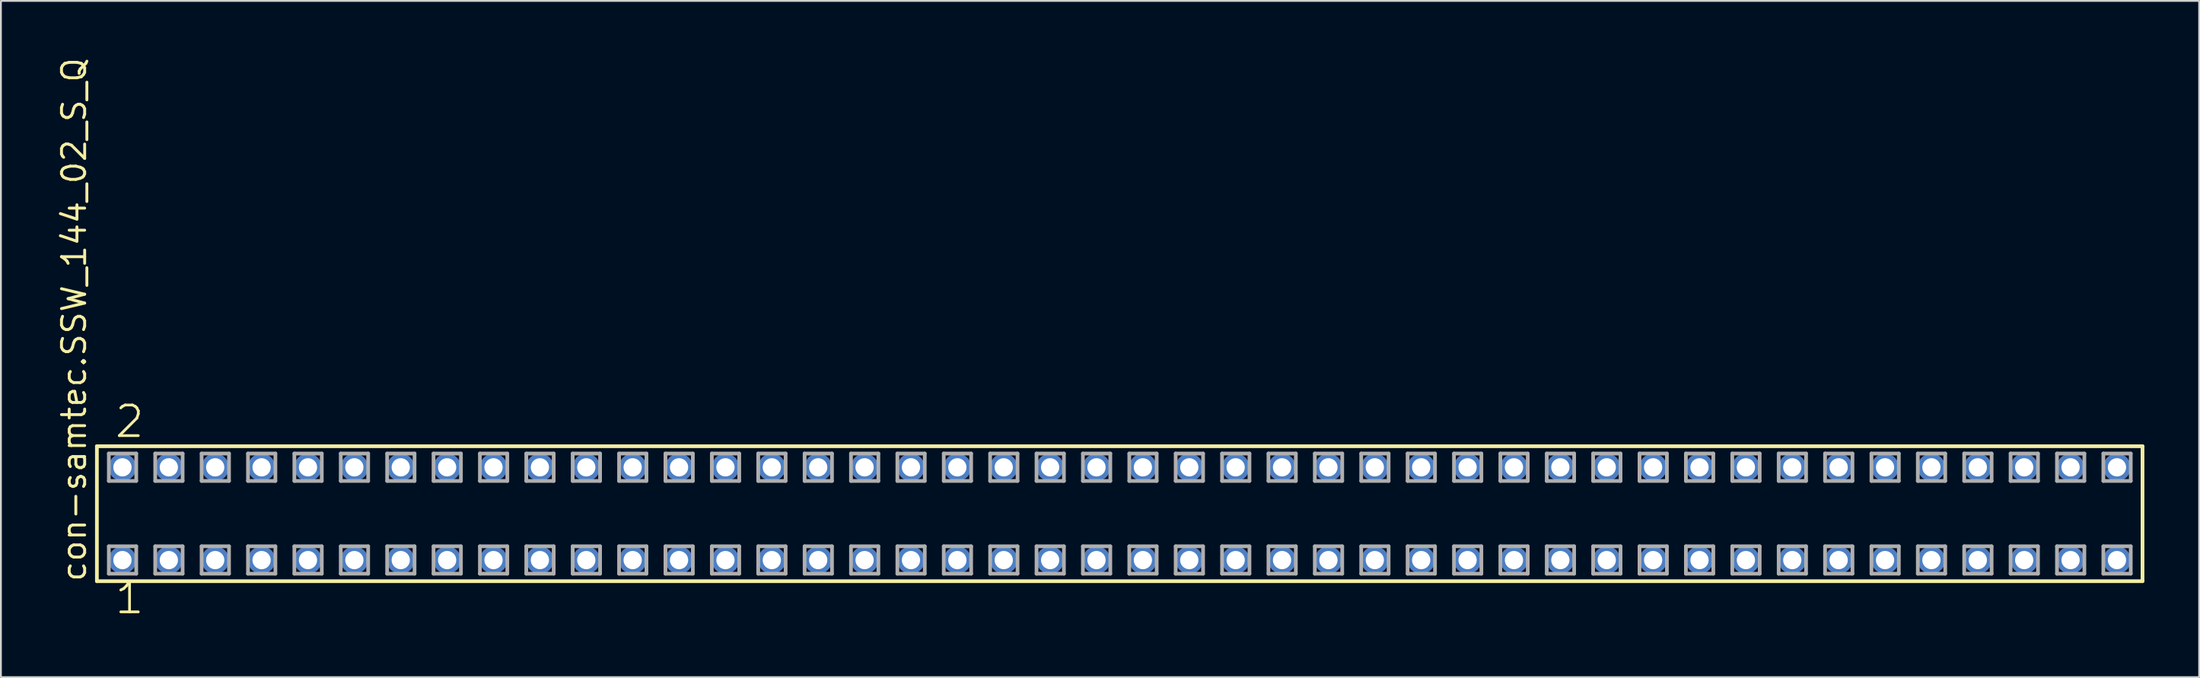
<source format=kicad_pcb>
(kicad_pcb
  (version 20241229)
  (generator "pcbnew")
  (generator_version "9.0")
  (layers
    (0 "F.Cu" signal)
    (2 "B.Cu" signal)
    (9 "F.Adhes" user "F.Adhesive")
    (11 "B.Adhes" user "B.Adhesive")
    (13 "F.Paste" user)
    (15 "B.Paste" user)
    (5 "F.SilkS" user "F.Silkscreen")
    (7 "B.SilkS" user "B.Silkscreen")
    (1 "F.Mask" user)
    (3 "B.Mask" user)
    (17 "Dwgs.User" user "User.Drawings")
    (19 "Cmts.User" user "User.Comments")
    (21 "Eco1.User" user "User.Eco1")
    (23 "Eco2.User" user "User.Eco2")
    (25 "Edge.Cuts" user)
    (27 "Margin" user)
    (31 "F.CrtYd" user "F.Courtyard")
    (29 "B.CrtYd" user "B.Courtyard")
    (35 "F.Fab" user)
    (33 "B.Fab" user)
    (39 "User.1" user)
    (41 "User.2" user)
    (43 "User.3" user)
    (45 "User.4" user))
  (footprint "con-samtec.SSW_144_02_S_Q"
    (layer "F.Cu")
    (at 58.265 25.082)
    (property "Reference" "con-samtec.SSW_144_02_S_Q" (at -56.515 3.81 90) (layer "F.SilkS") (effects (font (size 1.27 1.27) (thickness 0.16)) (justify left bottom)))
    (attr through_hole)
    (fp_line (start -56.009 -3.695) (end 56.009 -3.695) (stroke (width 0.203) (type default)) (layer "F.SilkS"))
    (fp_line (start -56.009 3.695) (end -56.009 -3.695) (stroke (width 0.203) (type default)) (layer "F.SilkS"))
    (fp_line (start 56.009 -3.695) (end 56.009 3.695) (stroke (width 0.203) (type default)) (layer "F.SilkS"))
    (fp_line (start 56.009 3.695) (end -56.009 3.695) (stroke (width 0.203) (type default)) (layer "F.SilkS"))
    (fp_line (start -55.355 -3.295) (end -53.855 -3.295) (stroke (width 0.203) (type default)) (layer "F.Fab"))
    (fp_line (start -55.355 -1.795) (end -55.355 -3.295) (stroke (width 0.203) (type default)) (layer "F.Fab"))
    (fp_line (start -55.355 1.785) (end -53.855 1.785) (stroke (width 0.203) (type default)) (layer "F.Fab"))
    (fp_line (start -55.355 3.285) (end -55.355 1.785) (stroke (width 0.203) (type default)) (layer "F.Fab"))
    (fp_line (start -53.855 -3.295) (end -53.855 -1.795) (stroke (width 0.203) (type default)) (layer "F.Fab"))
    (fp_line (start -53.855 -1.795) (end -55.355 -1.795) (stroke (width 0.203) (type default)) (layer "F.Fab"))
    (fp_line (start -53.855 1.785) (end -53.855 3.285) (stroke (width 0.203) (type default)) (layer "F.Fab"))
    (fp_line (start -53.855 3.285) (end -55.355 3.285) (stroke (width 0.203) (type default)) (layer "F.Fab"))
    (fp_line (start -52.815 -3.295) (end -51.315 -3.295) (stroke (width 0.203) (type default)) (layer "F.Fab"))
    (fp_line (start -52.815 -1.795) (end -52.815 -3.295) (stroke (width 0.203) (type default)) (layer "F.Fab"))
    (fp_line (start -52.815 1.785) (end -51.315 1.785) (stroke (width 0.203) (type default)) (layer "F.Fab"))
    (fp_line (start -52.815 3.285) (end -52.815 1.785) (stroke (width 0.203) (type default)) (layer "F.Fab"))
    (fp_line (start -51.315 -3.295) (end -51.315 -1.795) (stroke (width 0.203) (type default)) (layer "F.Fab"))
    (fp_line (start -51.315 -1.795) (end -52.815 -1.795) (stroke (width 0.203) (type default)) (layer "F.Fab"))
    (fp_line (start -51.315 1.785) (end -51.315 3.285) (stroke (width 0.203) (type default)) (layer "F.Fab"))
    (fp_line (start -51.315 3.285) (end -52.815 3.285) (stroke (width 0.203) (type default)) (layer "F.Fab"))
    (fp_line (start -50.275 -3.295) (end -48.775 -3.295) (stroke (width 0.203) (type default)) (layer "F.Fab"))
    (fp_line (start -50.275 -1.795) (end -50.275 -3.295) (stroke (width 0.203) (type default)) (layer "F.Fab"))
    (fp_line (start -50.275 1.785) (end -48.775 1.785) (stroke (width 0.203) (type default)) (layer "F.Fab"))
    (fp_line (start -50.275 3.285) (end -50.275 1.785) (stroke (width 0.203) (type default)) (layer "F.Fab"))
    (fp_line (start -48.775 -3.295) (end -48.775 -1.795) (stroke (width 0.203) (type default)) (layer "F.Fab"))
    (fp_line (start -48.775 -1.795) (end -50.275 -1.795) (stroke (width 0.203) (type default)) (layer "F.Fab"))
    (fp_line (start -48.775 1.785) (end -48.775 3.285) (stroke (width 0.203) (type default)) (layer "F.Fab"))
    (fp_line (start -48.775 3.285) (end -50.275 3.285) (stroke (width 0.203) (type default)) (layer "F.Fab"))
    (fp_line (start -47.735 -3.295) (end -46.235 -3.295) (stroke (width 0.203) (type default)) (layer "F.Fab"))
    (fp_line (start -47.735 -1.795) (end -47.735 -3.295) (stroke (width 0.203) (type default)) (layer "F.Fab"))
    (fp_line (start -47.735 1.785) (end -46.235 1.785) (stroke (width 0.203) (type default)) (layer "F.Fab"))
    (fp_line (start -47.735 3.285) (end -47.735 1.785) (stroke (width 0.203) (type default)) (layer "F.Fab"))
    (fp_line (start -46.235 -3.295) (end -46.235 -1.795) (stroke (width 0.203) (type default)) (layer "F.Fab"))
    (fp_line (start -46.235 -1.795) (end -47.735 -1.795) (stroke (width 0.203) (type default)) (layer "F.Fab"))
    (fp_line (start -46.235 1.785) (end -46.235 3.285) (stroke (width 0.203) (type default)) (layer "F.Fab"))
    (fp_line (start -46.235 3.285) (end -47.735 3.285) (stroke (width 0.203) (type default)) (layer "F.Fab"))
    (fp_line (start -45.195 -3.295) (end -43.695 -3.295) (stroke (width 0.203) (type default)) (layer "F.Fab"))
    (fp_line (start -45.195 -1.795) (end -45.195 -3.295) (stroke (width 0.203) (type default)) (layer "F.Fab"))
    (fp_line (start -45.195 1.785) (end -43.695 1.785) (stroke (width 0.203) (type default)) (layer "F.Fab"))
    (fp_line (start -45.195 3.285) (end -45.195 1.785) (stroke (width 0.203) (type default)) (layer "F.Fab"))
    (fp_line (start -43.695 -3.295) (end -43.695 -1.795) (stroke (width 0.203) (type default)) (layer "F.Fab"))
    (fp_line (start -43.695 -1.795) (end -45.195 -1.795) (stroke (width 0.203) (type default)) (layer "F.Fab"))
    (fp_line (start -43.695 1.785) (end -43.695 3.285) (stroke (width 0.203) (type default)) (layer "F.Fab"))
    (fp_line (start -43.695 3.285) (end -45.195 3.285) (stroke (width 0.203) (type default)) (layer "F.Fab"))
    (fp_line (start -42.655 -3.295) (end -41.155 -3.295) (stroke (width 0.203) (type default)) (layer "F.Fab"))
    (fp_line (start -42.655 -1.795) (end -42.655 -3.295) (stroke (width 0.203) (type default)) (layer "F.Fab"))
    (fp_line (start -42.655 1.785) (end -41.155 1.785) (stroke (width 0.203) (type default)) (layer "F.Fab"))
    (fp_line (start -42.655 3.285) (end -42.655 1.785) (stroke (width 0.203) (type default)) (layer "F.Fab"))
    (fp_line (start -41.155 -3.295) (end -41.155 -1.795) (stroke (width 0.203) (type default)) (layer "F.Fab"))
    (fp_line (start -41.155 -1.795) (end -42.655 -1.795) (stroke (width 0.203) (type default)) (layer "F.Fab"))
    (fp_line (start -41.155 1.785) (end -41.155 3.285) (stroke (width 0.203) (type default)) (layer "F.Fab"))
    (fp_line (start -41.155 3.285) (end -42.655 3.285) (stroke (width 0.203) (type default)) (layer "F.Fab"))
    (fp_line (start -40.115 -3.295) (end -38.615 -3.295) (stroke (width 0.203) (type default)) (layer "F.Fab"))
    (fp_line (start -40.115 -1.795) (end -40.115 -3.295) (stroke (width 0.203) (type default)) (layer "F.Fab"))
    (fp_line (start -40.115 1.785) (end -38.615 1.785) (stroke (width 0.203) (type default)) (layer "F.Fab"))
    (fp_line (start -40.115 3.285) (end -40.115 1.785) (stroke (width 0.203) (type default)) (layer "F.Fab"))
    (fp_line (start -38.615 -3.295) (end -38.615 -1.795) (stroke (width 0.203) (type default)) (layer "F.Fab"))
    (fp_line (start -38.615 -1.795) (end -40.115 -1.795) (stroke (width 0.203) (type default)) (layer "F.Fab"))
    (fp_line (start -38.615 1.785) (end -38.615 3.285) (stroke (width 0.203) (type default)) (layer "F.Fab"))
    (fp_line (start -38.615 3.285) (end -40.115 3.285) (stroke (width 0.203) (type default)) (layer "F.Fab"))
    (fp_line (start -37.575 -3.295) (end -36.075 -3.295) (stroke (width 0.203) (type default)) (layer "F.Fab"))
    (fp_line (start -37.575 -1.795) (end -37.575 -3.295) (stroke (width 0.203) (type default)) (layer "F.Fab"))
    (fp_line (start -37.575 1.785) (end -36.075 1.785) (stroke (width 0.203) (type default)) (layer "F.Fab"))
    (fp_line (start -37.575 3.285) (end -37.575 1.785) (stroke (width 0.203) (type default)) (layer "F.Fab"))
    (fp_line (start -36.075 -3.295) (end -36.075 -1.795) (stroke (width 0.203) (type default)) (layer "F.Fab"))
    (fp_line (start -36.075 -1.795) (end -37.575 -1.795) (stroke (width 0.203) (type default)) (layer "F.Fab"))
    (fp_line (start -36.075 1.785) (end -36.075 3.285) (stroke (width 0.203) (type default)) (layer "F.Fab"))
    (fp_line (start -36.075 3.285) (end -37.575 3.285) (stroke (width 0.203) (type default)) (layer "F.Fab"))
    (fp_line (start -35.035 -3.295) (end -33.535 -3.295) (stroke (width 0.203) (type default)) (layer "F.Fab"))
    (fp_line (start -35.035 -1.795) (end -35.035 -3.295) (stroke (width 0.203) (type default)) (layer "F.Fab"))
    (fp_line (start -35.035 1.785) (end -33.535 1.785) (stroke (width 0.203) (type default)) (layer "F.Fab"))
    (fp_line (start -35.035 3.285) (end -35.035 1.785) (stroke (width 0.203) (type default)) (layer "F.Fab"))
    (fp_line (start -33.535 -3.295) (end -33.535 -1.795) (stroke (width 0.203) (type default)) (layer "F.Fab"))
    (fp_line (start -33.535 -1.795) (end -35.035 -1.795) (stroke (width 0.203) (type default)) (layer "F.Fab"))
    (fp_line (start -33.535 1.785) (end -33.535 3.285) (stroke (width 0.203) (type default)) (layer "F.Fab"))
    (fp_line (start -33.535 3.285) (end -35.035 3.285) (stroke (width 0.203) (type default)) (layer "F.Fab"))
    (fp_line (start -32.495 -3.295) (end -30.995 -3.295) (stroke (width 0.203) (type default)) (layer "F.Fab"))
    (fp_line (start -32.495 -1.795) (end -32.495 -3.295) (stroke (width 0.203) (type default)) (layer "F.Fab"))
    (fp_line (start -32.495 1.785) (end -30.995 1.785) (stroke (width 0.203) (type default)) (layer "F.Fab"))
    (fp_line (start -32.495 3.285) (end -32.495 1.785) (stroke (width 0.203) (type default)) (layer "F.Fab"))
    (fp_line (start -30.995 -3.295) (end -30.995 -1.795) (stroke (width 0.203) (type default)) (layer "F.Fab"))
    (fp_line (start -30.995 -1.795) (end -32.495 -1.795) (stroke (width 0.203) (type default)) (layer "F.Fab"))
    (fp_line (start -30.995 1.785) (end -30.995 3.285) (stroke (width 0.203) (type default)) (layer "F.Fab"))
    (fp_line (start -30.995 3.285) (end -32.495 3.285) (stroke (width 0.203) (type default)) (layer "F.Fab"))
    (fp_line (start -29.955 -3.295) (end -28.455 -3.295) (stroke (width 0.203) (type default)) (layer "F.Fab"))
    (fp_line (start -29.955 -1.795) (end -29.955 -3.295) (stroke (width 0.203) (type default)) (layer "F.Fab"))
    (fp_line (start -29.955 1.785) (end -28.455 1.785) (stroke (width 0.203) (type default)) (layer "F.Fab"))
    (fp_line (start -29.955 3.285) (end -29.955 1.785) (stroke (width 0.203) (type default)) (layer "F.Fab"))
    (fp_line (start -28.455 -3.295) (end -28.455 -1.795) (stroke (width 0.203) (type default)) (layer "F.Fab"))
    (fp_line (start -28.455 -1.795) (end -29.955 -1.795) (stroke (width 0.203) (type default)) (layer "F.Fab"))
    (fp_line (start -28.455 1.785) (end -28.455 3.285) (stroke (width 0.203) (type default)) (layer "F.Fab"))
    (fp_line (start -28.455 3.285) (end -29.955 3.285) (stroke (width 0.203) (type default)) (layer "F.Fab"))
    (fp_line (start -27.415 -3.295) (end -25.915 -3.295) (stroke (width 0.203) (type default)) (layer "F.Fab"))
    (fp_line (start -27.415 -1.795) (end -27.415 -3.295) (stroke (width 0.203) (type default)) (layer "F.Fab"))
    (fp_line (start -27.415 1.785) (end -25.915 1.785) (stroke (width 0.203) (type default)) (layer "F.Fab"))
    (fp_line (start -27.415 3.285) (end -27.415 1.785) (stroke (width 0.203) (type default)) (layer "F.Fab"))
    (fp_line (start -25.915 -3.295) (end -25.915 -1.795) (stroke (width 0.203) (type default)) (layer "F.Fab"))
    (fp_line (start -25.915 -1.795) (end -27.415 -1.795) (stroke (width 0.203) (type default)) (layer "F.Fab"))
    (fp_line (start -25.915 1.785) (end -25.915 3.285) (stroke (width 0.203) (type default)) (layer "F.Fab"))
    (fp_line (start -25.915 3.285) (end -27.415 3.285) (stroke (width 0.203) (type default)) (layer "F.Fab"))
    (fp_line (start -24.875 -3.295) (end -23.375 -3.295) (stroke (width 0.203) (type default)) (layer "F.Fab"))
    (fp_line (start -24.875 -1.795) (end -24.875 -3.295) (stroke (width 0.203) (type default)) (layer "F.Fab"))
    (fp_line (start -24.875 1.785) (end -23.375 1.785) (stroke (width 0.203) (type default)) (layer "F.Fab"))
    (fp_line (start -24.875 3.285) (end -24.875 1.785) (stroke (width 0.203) (type default)) (layer "F.Fab"))
    (fp_line (start -23.375 -3.295) (end -23.375 -1.795) (stroke (width 0.203) (type default)) (layer "F.Fab"))
    (fp_line (start -23.375 -1.795) (end -24.875 -1.795) (stroke (width 0.203) (type default)) (layer "F.Fab"))
    (fp_line (start -23.375 1.785) (end -23.375 3.285) (stroke (width 0.203) (type default)) (layer "F.Fab"))
    (fp_line (start -23.375 3.285) (end -24.875 3.285) (stroke (width 0.203) (type default)) (layer "F.Fab"))
    (fp_line (start -22.335 -3.295) (end -20.835 -3.295) (stroke (width 0.203) (type default)) (layer "F.Fab"))
    (fp_line (start -22.335 -1.795) (end -22.335 -3.295) (stroke (width 0.203) (type default)) (layer "F.Fab"))
    (fp_line (start -22.335 1.785) (end -20.835 1.785) (stroke (width 0.203) (type default)) (layer "F.Fab"))
    (fp_line (start -22.335 3.285) (end -22.335 1.785) (stroke (width 0.203) (type default)) (layer "F.Fab"))
    (fp_line (start -20.835 -3.295) (end -20.835 -1.795) (stroke (width 0.203) (type default)) (layer "F.Fab"))
    (fp_line (start -20.835 -1.795) (end -22.335 -1.795) (stroke (width 0.203) (type default)) (layer "F.Fab"))
    (fp_line (start -20.835 1.785) (end -20.835 3.285) (stroke (width 0.203) (type default)) (layer "F.Fab"))
    (fp_line (start -20.835 3.285) (end -22.335 3.285) (stroke (width 0.203) (type default)) (layer "F.Fab"))
    (fp_line (start -19.795 -3.295) (end -18.295 -3.295) (stroke (width 0.203) (type default)) (layer "F.Fab"))
    (fp_line (start -19.795 -1.795) (end -19.795 -3.295) (stroke (width 0.203) (type default)) (layer "F.Fab"))
    (fp_line (start -19.795 1.785) (end -18.295 1.785) (stroke (width 0.203) (type default)) (layer "F.Fab"))
    (fp_line (start -19.795 3.285) (end -19.795 1.785) (stroke (width 0.203) (type default)) (layer "F.Fab"))
    (fp_line (start -18.295 -3.295) (end -18.295 -1.795) (stroke (width 0.203) (type default)) (layer "F.Fab"))
    (fp_line (start -18.295 -1.795) (end -19.795 -1.795) (stroke (width 0.203) (type default)) (layer "F.Fab"))
    (fp_line (start -18.295 1.785) (end -18.295 3.285) (stroke (width 0.203) (type default)) (layer "F.Fab"))
    (fp_line (start -18.295 3.285) (end -19.795 3.285) (stroke (width 0.203) (type default)) (layer "F.Fab"))
    (fp_line (start -17.255 -3.295) (end -15.755 -3.295) (stroke (width 0.203) (type default)) (layer "F.Fab"))
    (fp_line (start -17.255 -1.795) (end -17.255 -3.295) (stroke (width 0.203) (type default)) (layer "F.Fab"))
    (fp_line (start -17.255 1.785) (end -15.755 1.785) (stroke (width 0.203) (type default)) (layer "F.Fab"))
    (fp_line (start -17.255 3.285) (end -17.255 1.785) (stroke (width 0.203) (type default)) (layer "F.Fab"))
    (fp_line (start -15.755 -3.295) (end -15.755 -1.795) (stroke (width 0.203) (type default)) (layer "F.Fab"))
    (fp_line (start -15.755 -1.795) (end -17.255 -1.795) (stroke (width 0.203) (type default)) (layer "F.Fab"))
    (fp_line (start -15.755 1.785) (end -15.755 3.285) (stroke (width 0.203) (type default)) (layer "F.Fab"))
    (fp_line (start -15.755 3.285) (end -17.255 3.285) (stroke (width 0.203) (type default)) (layer "F.Fab"))
    (fp_line (start -14.715 -3.295) (end -13.215 -3.295) (stroke (width 0.203) (type default)) (layer "F.Fab"))
    (fp_line (start -14.715 -1.795) (end -14.715 -3.295) (stroke (width 0.203) (type default)) (layer "F.Fab"))
    (fp_line (start -14.715 1.785) (end -13.215 1.785) (stroke (width 0.203) (type default)) (layer "F.Fab"))
    (fp_line (start -14.715 3.285) (end -14.715 1.785) (stroke (width 0.203) (type default)) (layer "F.Fab"))
    (fp_line (start -13.215 -3.295) (end -13.215 -1.795) (stroke (width 0.203) (type default)) (layer "F.Fab"))
    (fp_line (start -13.215 -1.795) (end -14.715 -1.795) (stroke (width 0.203) (type default)) (layer "F.Fab"))
    (fp_line (start -13.215 1.785) (end -13.215 3.285) (stroke (width 0.203) (type default)) (layer "F.Fab"))
    (fp_line (start -13.215 3.285) (end -14.715 3.285) (stroke (width 0.203) (type default)) (layer "F.Fab"))
    (fp_line (start -12.175 -3.295) (end -10.675 -3.295) (stroke (width 0.203) (type default)) (layer "F.Fab"))
    (fp_line (start -12.175 -1.795) (end -12.175 -3.295) (stroke (width 0.203) (type default)) (layer "F.Fab"))
    (fp_line (start -12.175 1.785) (end -10.675 1.785) (stroke (width 0.203) (type default)) (layer "F.Fab"))
    (fp_line (start -12.175 3.285) (end -12.175 1.785) (stroke (width 0.203) (type default)) (layer "F.Fab"))
    (fp_line (start -10.675 -3.295) (end -10.675 -1.795) (stroke (width 0.203) (type default)) (layer "F.Fab"))
    (fp_line (start -10.675 -1.795) (end -12.175 -1.795) (stroke (width 0.203) (type default)) (layer "F.Fab"))
    (fp_line (start -10.675 1.785) (end -10.675 3.285) (stroke (width 0.203) (type default)) (layer "F.Fab"))
    (fp_line (start -10.675 3.285) (end -12.175 3.285) (stroke (width 0.203) (type default)) (layer "F.Fab"))
    (fp_line (start -9.635 -3.295) (end -8.135 -3.295) (stroke (width 0.203) (type default)) (layer "F.Fab"))
    (fp_line (start -9.635 -1.795) (end -9.635 -3.295) (stroke (width 0.203) (type default)) (layer "F.Fab"))
    (fp_line (start -9.635 1.785) (end -8.135 1.785) (stroke (width 0.203) (type default)) (layer "F.Fab"))
    (fp_line (start -9.635 3.285) (end -9.635 1.785) (stroke (width 0.203) (type default)) (layer "F.Fab"))
    (fp_line (start -8.135 -3.295) (end -8.135 -1.795) (stroke (width 0.203) (type default)) (layer "F.Fab"))
    (fp_line (start -8.135 -1.795) (end -9.635 -1.795) (stroke (width 0.203) (type default)) (layer "F.Fab"))
    (fp_line (start -8.135 1.785) (end -8.135 3.285) (stroke (width 0.203) (type default)) (layer "F.Fab"))
    (fp_line (start -8.135 3.285) (end -9.635 3.285) (stroke (width 0.203) (type default)) (layer "F.Fab"))
    (fp_line (start -7.095 -3.295) (end -5.595 -3.295) (stroke (width 0.203) (type default)) (layer "F.Fab"))
    (fp_line (start -7.095 -1.795) (end -7.095 -3.295) (stroke (width 0.203) (type default)) (layer "F.Fab"))
    (fp_line (start -7.095 1.785) (end -5.595 1.785) (stroke (width 0.203) (type default)) (layer "F.Fab"))
    (fp_line (start -7.095 3.285) (end -7.095 1.785) (stroke (width 0.203) (type default)) (layer "F.Fab"))
    (fp_line (start -5.595 -3.295) (end -5.595 -1.795) (stroke (width 0.203) (type default)) (layer "F.Fab"))
    (fp_line (start -5.595 -1.795) (end -7.095 -1.795) (stroke (width 0.203) (type default)) (layer "F.Fab"))
    (fp_line (start -5.595 1.785) (end -5.595 3.285) (stroke (width 0.203) (type default)) (layer "F.Fab"))
    (fp_line (start -5.595 3.285) (end -7.095 3.285) (stroke (width 0.203) (type default)) (layer "F.Fab"))
    (fp_line (start -4.555 -3.295) (end -3.055 -3.295) (stroke (width 0.203) (type default)) (layer "F.Fab"))
    (fp_line (start -4.555 -1.795) (end -4.555 -3.295) (stroke (width 0.203) (type default)) (layer "F.Fab"))
    (fp_line (start -4.555 1.785) (end -3.055 1.785) (stroke (width 0.203) (type default)) (layer "F.Fab"))
    (fp_line (start -4.555 3.285) (end -4.555 1.785) (stroke (width 0.203) (type default)) (layer "F.Fab"))
    (fp_line (start -3.055 -3.295) (end -3.055 -1.795) (stroke (width 0.203) (type default)) (layer "F.Fab"))
    (fp_line (start -3.055 -1.795) (end -4.555 -1.795) (stroke (width 0.203) (type default)) (layer "F.Fab"))
    (fp_line (start -3.055 1.785) (end -3.055 3.285) (stroke (width 0.203) (type default)) (layer "F.Fab"))
    (fp_line (start -3.055 3.285) (end -4.555 3.285) (stroke (width 0.203) (type default)) (layer "F.Fab"))
    (fp_line (start -2.015 -3.295) (end -0.515 -3.295) (stroke (width 0.203) (type default)) (layer "F.Fab"))
    (fp_line (start -2.015 -1.795) (end -2.015 -3.295) (stroke (width 0.203) (type default)) (layer "F.Fab"))
    (fp_line (start -2.015 1.785) (end -0.515 1.785) (stroke (width 0.203) (type default)) (layer "F.Fab"))
    (fp_line (start -2.015 3.285) (end -2.015 1.785) (stroke (width 0.203) (type default)) (layer "F.Fab"))
    (fp_line (start -0.515 -3.295) (end -0.515 -1.795) (stroke (width 0.203) (type default)) (layer "F.Fab"))
    (fp_line (start -0.515 -1.795) (end -2.015 -1.795) (stroke (width 0.203) (type default)) (layer "F.Fab"))
    (fp_line (start -0.515 1.785) (end -0.515 3.285) (stroke (width 0.203) (type default)) (layer "F.Fab"))
    (fp_line (start -0.515 3.285) (end -2.015 3.285) (stroke (width 0.203) (type default)) (layer "F.Fab"))
    (fp_line (start 0.525 -3.295) (end 2.025 -3.295) (stroke (width 0.203) (type default)) (layer "F.Fab"))
    (fp_line (start 0.525 -1.795) (end 0.525 -3.295) (stroke (width 0.203) (type default)) (layer "F.Fab"))
    (fp_line (start 0.525 1.785) (end 2.025 1.785) (stroke (width 0.203) (type default)) (layer "F.Fab"))
    (fp_line (start 0.525 3.285) (end 0.525 1.785) (stroke (width 0.203) (type default)) (layer "F.Fab"))
    (fp_line (start 2.025 -3.295) (end 2.025 -1.795) (stroke (width 0.203) (type default)) (layer "F.Fab"))
    (fp_line (start 2.025 -1.795) (end 0.525 -1.795) (stroke (width 0.203) (type default)) (layer "F.Fab"))
    (fp_line (start 2.025 1.785) (end 2.025 3.285) (stroke (width 0.203) (type default)) (layer "F.Fab"))
    (fp_line (start 2.025 3.285) (end 0.525 3.285) (stroke (width 0.203) (type default)) (layer "F.Fab"))
    (fp_line (start 3.065 -3.295) (end 4.565 -3.295) (stroke (width 0.203) (type default)) (layer "F.Fab"))
    (fp_line (start 3.065 -1.795) (end 3.065 -3.295) (stroke (width 0.203) (type default)) (layer "F.Fab"))
    (fp_line (start 3.065 1.785) (end 4.565 1.785) (stroke (width 0.203) (type default)) (layer "F.Fab"))
    (fp_line (start 3.065 3.285) (end 3.065 1.785) (stroke (width 0.203) (type default)) (layer "F.Fab"))
    (fp_line (start 4.565 -3.295) (end 4.565 -1.795) (stroke (width 0.203) (type default)) (layer "F.Fab"))
    (fp_line (start 4.565 -1.795) (end 3.065 -1.795) (stroke (width 0.203) (type default)) (layer "F.Fab"))
    (fp_line (start 4.565 1.785) (end 4.565 3.285) (stroke (width 0.203) (type default)) (layer "F.Fab"))
    (fp_line (start 4.565 3.285) (end 3.065 3.285) (stroke (width 0.203) (type default)) (layer "F.Fab"))
    (fp_line (start 5.605 -3.295) (end 7.105 -3.295) (stroke (width 0.203) (type default)) (layer "F.Fab"))
    (fp_line (start 5.605 -1.795) (end 5.605 -3.295) (stroke (width 0.203) (type default)) (layer "F.Fab"))
    (fp_line (start 5.605 1.785) (end 7.105 1.785) (stroke (width 0.203) (type default)) (layer "F.Fab"))
    (fp_line (start 5.605 3.285) (end 5.605 1.785) (stroke (width 0.203) (type default)) (layer "F.Fab"))
    (fp_line (start 7.105 -3.295) (end 7.105 -1.795) (stroke (width 0.203) (type default)) (layer "F.Fab"))
    (fp_line (start 7.105 -1.795) (end 5.605 -1.795) (stroke (width 0.203) (type default)) (layer "F.Fab"))
    (fp_line (start 7.105 1.785) (end 7.105 3.285) (stroke (width 0.203) (type default)) (layer "F.Fab"))
    (fp_line (start 7.105 3.285) (end 5.605 3.285) (stroke (width 0.203) (type default)) (layer "F.Fab"))
    (fp_line (start 8.145 -3.295) (end 9.645 -3.295) (stroke (width 0.203) (type default)) (layer "F.Fab"))
    (fp_line (start 8.145 -1.795) (end 8.145 -3.295) (stroke (width 0.203) (type default)) (layer "F.Fab"))
    (fp_line (start 8.145 1.785) (end 9.645 1.785) (stroke (width 0.203) (type default)) (layer "F.Fab"))
    (fp_line (start 8.145 3.285) (end 8.145 1.785) (stroke (width 0.203) (type default)) (layer "F.Fab"))
    (fp_line (start 9.645 -3.295) (end 9.645 -1.795) (stroke (width 0.203) (type default)) (layer "F.Fab"))
    (fp_line (start 9.645 -1.795) (end 8.145 -1.795) (stroke (width 0.203) (type default)) (layer "F.Fab"))
    (fp_line (start 9.645 1.785) (end 9.645 3.285) (stroke (width 0.203) (type default)) (layer "F.Fab"))
    (fp_line (start 9.645 3.285) (end 8.145 3.285) (stroke (width 0.203) (type default)) (layer "F.Fab"))
    (fp_line (start 10.685 -3.295) (end 12.185 -3.295) (stroke (width 0.203) (type default)) (layer "F.Fab"))
    (fp_line (start 10.685 -1.795) (end 10.685 -3.295) (stroke (width 0.203) (type default)) (layer "F.Fab"))
    (fp_line (start 10.685 1.785) (end 12.185 1.785) (stroke (width 0.203) (type default)) (layer "F.Fab"))
    (fp_line (start 10.685 3.285) (end 10.685 1.785) (stroke (width 0.203) (type default)) (layer "F.Fab"))
    (fp_line (start 12.185 -3.295) (end 12.185 -1.795) (stroke (width 0.203) (type default)) (layer "F.Fab"))
    (fp_line (start 12.185 -1.795) (end 10.685 -1.795) (stroke (width 0.203) (type default)) (layer "F.Fab"))
    (fp_line (start 12.185 1.785) (end 12.185 3.285) (stroke (width 0.203) (type default)) (layer "F.Fab"))
    (fp_line (start 12.185 3.285) (end 10.685 3.285) (stroke (width 0.203) (type default)) (layer "F.Fab"))
    (fp_line (start 13.225 -3.295) (end 14.725 -3.295) (stroke (width 0.203) (type default)) (layer "F.Fab"))
    (fp_line (start 13.225 -1.795) (end 13.225 -3.295) (stroke (width 0.203) (type default)) (layer "F.Fab"))
    (fp_line (start 13.225 1.785) (end 14.725 1.785) (stroke (width 0.203) (type default)) (layer "F.Fab"))
    (fp_line (start 13.225 3.285) (end 13.225 1.785) (stroke (width 0.203) (type default)) (layer "F.Fab"))
    (fp_line (start 14.725 -3.295) (end 14.725 -1.795) (stroke (width 0.203) (type default)) (layer "F.Fab"))
    (fp_line (start 14.725 -1.795) (end 13.225 -1.795) (stroke (width 0.203) (type default)) (layer "F.Fab"))
    (fp_line (start 14.725 1.785) (end 14.725 3.285) (stroke (width 0.203) (type default)) (layer "F.Fab"))
    (fp_line (start 14.725 3.285) (end 13.225 3.285) (stroke (width 0.203) (type default)) (layer "F.Fab"))
    (fp_line (start 15.765 -3.295) (end 17.265 -3.295) (stroke (width 0.203) (type default)) (layer "F.Fab"))
    (fp_line (start 15.765 -1.795) (end 15.765 -3.295) (stroke (width 0.203) (type default)) (layer "F.Fab"))
    (fp_line (start 15.765 1.785) (end 17.265 1.785) (stroke (width 0.203) (type default)) (layer "F.Fab"))
    (fp_line (start 15.765 3.285) (end 15.765 1.785) (stroke (width 0.203) (type default)) (layer "F.Fab"))
    (fp_line (start 17.265 -3.295) (end 17.265 -1.795) (stroke (width 0.203) (type default)) (layer "F.Fab"))
    (fp_line (start 17.265 -1.795) (end 15.765 -1.795) (stroke (width 0.203) (type default)) (layer "F.Fab"))
    (fp_line (start 17.265 1.785) (end 17.265 3.285) (stroke (width 0.203) (type default)) (layer "F.Fab"))
    (fp_line (start 17.265 3.285) (end 15.765 3.285) (stroke (width 0.203) (type default)) (layer "F.Fab"))
    (fp_line (start 18.305 -3.295) (end 19.805 -3.295) (stroke (width 0.203) (type default)) (layer "F.Fab"))
    (fp_line (start 18.305 -1.795) (end 18.305 -3.295) (stroke (width 0.203) (type default)) (layer "F.Fab"))
    (fp_line (start 18.305 1.785) (end 19.805 1.785) (stroke (width 0.203) (type default)) (layer "F.Fab"))
    (fp_line (start 18.305 3.285) (end 18.305 1.785) (stroke (width 0.203) (type default)) (layer "F.Fab"))
    (fp_line (start 19.805 -3.295) (end 19.805 -1.795) (stroke (width 0.203) (type default)) (layer "F.Fab"))
    (fp_line (start 19.805 -1.795) (end 18.305 -1.795) (stroke (width 0.203) (type default)) (layer "F.Fab"))
    (fp_line (start 19.805 1.785) (end 19.805 3.285) (stroke (width 0.203) (type default)) (layer "F.Fab"))
    (fp_line (start 19.805 3.285) (end 18.305 3.285) (stroke (width 0.203) (type default)) (layer "F.Fab"))
    (fp_line (start 20.845 -3.295) (end 22.345 -3.295) (stroke (width 0.203) (type default)) (layer "F.Fab"))
    (fp_line (start 20.845 -1.795) (end 20.845 -3.295) (stroke (width 0.203) (type default)) (layer "F.Fab"))
    (fp_line (start 20.845 1.785) (end 22.345 1.785) (stroke (width 0.203) (type default)) (layer "F.Fab"))
    (fp_line (start 20.845 3.285) (end 20.845 1.785) (stroke (width 0.203) (type default)) (layer "F.Fab"))
    (fp_line (start 22.345 -3.295) (end 22.345 -1.795) (stroke (width 0.203) (type default)) (layer "F.Fab"))
    (fp_line (start 22.345 -1.795) (end 20.845 -1.795) (stroke (width 0.203) (type default)) (layer "F.Fab"))
    (fp_line (start 22.345 1.785) (end 22.345 3.285) (stroke (width 0.203) (type default)) (layer "F.Fab"))
    (fp_line (start 22.345 3.285) (end 20.845 3.285) (stroke (width 0.203) (type default)) (layer "F.Fab"))
    (fp_line (start 23.385 -3.295) (end 24.885 -3.295) (stroke (width 0.203) (type default)) (layer "F.Fab"))
    (fp_line (start 23.385 -1.795) (end 23.385 -3.295) (stroke (width 0.203) (type default)) (layer "F.Fab"))
    (fp_line (start 23.385 1.785) (end 24.885 1.785) (stroke (width 0.203) (type default)) (layer "F.Fab"))
    (fp_line (start 23.385 3.285) (end 23.385 1.785) (stroke (width 0.203) (type default)) (layer "F.Fab"))
    (fp_line (start 24.885 -3.295) (end 24.885 -1.795) (stroke (width 0.203) (type default)) (layer "F.Fab"))
    (fp_line (start 24.885 -1.795) (end 23.385 -1.795) (stroke (width 0.203) (type default)) (layer "F.Fab"))
    (fp_line (start 24.885 1.785) (end 24.885 3.285) (stroke (width 0.203) (type default)) (layer "F.Fab"))
    (fp_line (start 24.885 3.285) (end 23.385 3.285) (stroke (width 0.203) (type default)) (layer "F.Fab"))
    (fp_line (start 25.925 -3.295) (end 27.425 -3.295) (stroke (width 0.203) (type default)) (layer "F.Fab"))
    (fp_line (start 25.925 -1.795) (end 25.925 -3.295) (stroke (width 0.203) (type default)) (layer "F.Fab"))
    (fp_line (start 25.925 1.785) (end 27.425 1.785) (stroke (width 0.203) (type default)) (layer "F.Fab"))
    (fp_line (start 25.925 3.285) (end 25.925 1.785) (stroke (width 0.203) (type default)) (layer "F.Fab"))
    (fp_line (start 27.425 -3.295) (end 27.425 -1.795) (stroke (width 0.203) (type default)) (layer "F.Fab"))
    (fp_line (start 27.425 -1.795) (end 25.925 -1.795) (stroke (width 0.203) (type default)) (layer "F.Fab"))
    (fp_line (start 27.425 1.785) (end 27.425 3.285) (stroke (width 0.203) (type default)) (layer "F.Fab"))
    (fp_line (start 27.425 3.285) (end 25.925 3.285) (stroke (width 0.203) (type default)) (layer "F.Fab"))
    (fp_line (start 28.465 -3.295) (end 29.965 -3.295) (stroke (width 0.203) (type default)) (layer "F.Fab"))
    (fp_line (start 28.465 -1.795) (end 28.465 -3.295) (stroke (width 0.203) (type default)) (layer "F.Fab"))
    (fp_line (start 28.465 1.785) (end 29.965 1.785) (stroke (width 0.203) (type default)) (layer "F.Fab"))
    (fp_line (start 28.465 3.285) (end 28.465 1.785) (stroke (width 0.203) (type default)) (layer "F.Fab"))
    (fp_line (start 29.965 -3.295) (end 29.965 -1.795) (stroke (width 0.203) (type default)) (layer "F.Fab"))
    (fp_line (start 29.965 -1.795) (end 28.465 -1.795) (stroke (width 0.203) (type default)) (layer "F.Fab"))
    (fp_line (start 29.965 1.785) (end 29.965 3.285) (stroke (width 0.203) (type default)) (layer "F.Fab"))
    (fp_line (start 29.965 3.285) (end 28.465 3.285) (stroke (width 0.203) (type default)) (layer "F.Fab"))
    (fp_line (start 31.005 -3.295) (end 32.505 -3.295) (stroke (width 0.203) (type default)) (layer "F.Fab"))
    (fp_line (start 31.005 -1.795) (end 31.005 -3.295) (stroke (width 0.203) (type default)) (layer "F.Fab"))
    (fp_line (start 31.005 1.785) (end 32.505 1.785) (stroke (width 0.203) (type default)) (layer "F.Fab"))
    (fp_line (start 31.005 3.285) (end 31.005 1.785) (stroke (width 0.203) (type default)) (layer "F.Fab"))
    (fp_line (start 32.505 -3.295) (end 32.505 -1.795) (stroke (width 0.203) (type default)) (layer "F.Fab"))
    (fp_line (start 32.505 -1.795) (end 31.005 -1.795) (stroke (width 0.203) (type default)) (layer "F.Fab"))
    (fp_line (start 32.505 1.785) (end 32.505 3.285) (stroke (width 0.203) (type default)) (layer "F.Fab"))
    (fp_line (start 32.505 3.285) (end 31.005 3.285) (stroke (width 0.203) (type default)) (layer "F.Fab"))
    (fp_line (start 33.545 -3.295) (end 35.045 -3.295) (stroke (width 0.203) (type default)) (layer "F.Fab"))
    (fp_line (start 33.545 -1.795) (end 33.545 -3.295) (stroke (width 0.203) (type default)) (layer "F.Fab"))
    (fp_line (start 33.545 1.785) (end 35.045 1.785) (stroke (width 0.203) (type default)) (layer "F.Fab"))
    (fp_line (start 33.545 3.285) (end 33.545 1.785) (stroke (width 0.203) (type default)) (layer "F.Fab"))
    (fp_line (start 35.045 -3.295) (end 35.045 -1.795) (stroke (width 0.203) (type default)) (layer "F.Fab"))
    (fp_line (start 35.045 -1.795) (end 33.545 -1.795) (stroke (width 0.203) (type default)) (layer "F.Fab"))
    (fp_line (start 35.045 1.785) (end 35.045 3.285) (stroke (width 0.203) (type default)) (layer "F.Fab"))
    (fp_line (start 35.045 3.285) (end 33.545 3.285) (stroke (width 0.203) (type default)) (layer "F.Fab"))
    (fp_line (start 36.085 -3.295) (end 37.585 -3.295) (stroke (width 0.203) (type default)) (layer "F.Fab"))
    (fp_line (start 36.085 -1.795) (end 36.085 -3.295) (stroke (width 0.203) (type default)) (layer "F.Fab"))
    (fp_line (start 36.085 1.785) (end 37.585 1.785) (stroke (width 0.203) (type default)) (layer "F.Fab"))
    (fp_line (start 36.085 3.285) (end 36.085 1.785) (stroke (width 0.203) (type default)) (layer "F.Fab"))
    (fp_line (start 37.585 -3.295) (end 37.585 -1.795) (stroke (width 0.203) (type default)) (layer "F.Fab"))
    (fp_line (start 37.585 -1.795) (end 36.085 -1.795) (stroke (width 0.203) (type default)) (layer "F.Fab"))
    (fp_line (start 37.585 1.785) (end 37.585 3.285) (stroke (width 0.203) (type default)) (layer "F.Fab"))
    (fp_line (start 37.585 3.285) (end 36.085 3.285) (stroke (width 0.203) (type default)) (layer "F.Fab"))
    (fp_line (start 38.625 -3.295) (end 40.125 -3.295) (stroke (width 0.203) (type default)) (layer "F.Fab"))
    (fp_line (start 38.625 -1.795) (end 38.625 -3.295) (stroke (width 0.203) (type default)) (layer "F.Fab"))
    (fp_line (start 38.625 1.785) (end 40.125 1.785) (stroke (width 0.203) (type default)) (layer "F.Fab"))
    (fp_line (start 38.625 3.285) (end 38.625 1.785) (stroke (width 0.203) (type default)) (layer "F.Fab"))
    (fp_line (start 40.125 -3.295) (end 40.125 -1.795) (stroke (width 0.203) (type default)) (layer "F.Fab"))
    (fp_line (start 40.125 -1.795) (end 38.625 -1.795) (stroke (width 0.203) (type default)) (layer "F.Fab"))
    (fp_line (start 40.125 1.785) (end 40.125 3.285) (stroke (width 0.203) (type default)) (layer "F.Fab"))
    (fp_line (start 40.125 3.285) (end 38.625 3.285) (stroke (width 0.203) (type default)) (layer "F.Fab"))
    (fp_line (start 41.165 -3.295) (end 42.665 -3.295) (stroke (width 0.203) (type default)) (layer "F.Fab"))
    (fp_line (start 41.165 -1.795) (end 41.165 -3.295) (stroke (width 0.203) (type default)) (layer "F.Fab"))
    (fp_line (start 41.165 1.785) (end 42.665 1.785) (stroke (width 0.203) (type default)) (layer "F.Fab"))
    (fp_line (start 41.165 3.285) (end 41.165 1.785) (stroke (width 0.203) (type default)) (layer "F.Fab"))
    (fp_line (start 42.665 -3.295) (end 42.665 -1.795) (stroke (width 0.203) (type default)) (layer "F.Fab"))
    (fp_line (start 42.665 -1.795) (end 41.165 -1.795) (stroke (width 0.203) (type default)) (layer "F.Fab"))
    (fp_line (start 42.665 1.785) (end 42.665 3.285) (stroke (width 0.203) (type default)) (layer "F.Fab"))
    (fp_line (start 42.665 3.285) (end 41.165 3.285) (stroke (width 0.203) (type default)) (layer "F.Fab"))
    (fp_line (start 43.705 -3.295) (end 45.205 -3.295) (stroke (width 0.203) (type default)) (layer "F.Fab"))
    (fp_line (start 43.705 -1.795) (end 43.705 -3.295) (stroke (width 0.203) (type default)) (layer "F.Fab"))
    (fp_line (start 43.705 1.785) (end 45.205 1.785) (stroke (width 0.203) (type default)) (layer "F.Fab"))
    (fp_line (start 43.705 3.285) (end 43.705 1.785) (stroke (width 0.203) (type default)) (layer "F.Fab"))
    (fp_line (start 45.205 -3.295) (end 45.205 -1.795) (stroke (width 0.203) (type default)) (layer "F.Fab"))
    (fp_line (start 45.205 -1.795) (end 43.705 -1.795) (stroke (width 0.203) (type default)) (layer "F.Fab"))
    (fp_line (start 45.205 1.785) (end 45.205 3.285) (stroke (width 0.203) (type default)) (layer "F.Fab"))
    (fp_line (start 45.205 3.285) (end 43.705 3.285) (stroke (width 0.203) (type default)) (layer "F.Fab"))
    (fp_line (start 46.245 -3.295) (end 47.745 -3.295) (stroke (width 0.203) (type default)) (layer "F.Fab"))
    (fp_line (start 46.245 -1.795) (end 46.245 -3.295) (stroke (width 0.203) (type default)) (layer "F.Fab"))
    (fp_line (start 46.245 1.785) (end 47.745 1.785) (stroke (width 0.203) (type default)) (layer "F.Fab"))
    (fp_line (start 46.245 3.285) (end 46.245 1.785) (stroke (width 0.203) (type default)) (layer "F.Fab"))
    (fp_line (start 47.745 -3.295) (end 47.745 -1.795) (stroke (width 0.203) (type default)) (layer "F.Fab"))
    (fp_line (start 47.745 -1.795) (end 46.245 -1.795) (stroke (width 0.203) (type default)) (layer "F.Fab"))
    (fp_line (start 47.745 1.785) (end 47.745 3.285) (stroke (width 0.203) (type default)) (layer "F.Fab"))
    (fp_line (start 47.745 3.285) (end 46.245 3.285) (stroke (width 0.203) (type default)) (layer "F.Fab"))
    (fp_line (start 48.785 -3.295) (end 50.285 -3.295) (stroke (width 0.203) (type default)) (layer "F.Fab"))
    (fp_line (start 48.785 -1.795) (end 48.785 -3.295) (stroke (width 0.203) (type default)) (layer "F.Fab"))
    (fp_line (start 48.785 1.785) (end 50.285 1.785) (stroke (width 0.203) (type default)) (layer "F.Fab"))
    (fp_line (start 48.785 3.285) (end 48.785 1.785) (stroke (width 0.203) (type default)) (layer "F.Fab"))
    (fp_line (start 50.285 -3.295) (end 50.285 -1.795) (stroke (width 0.203) (type default)) (layer "F.Fab"))
    (fp_line (start 50.285 -1.795) (end 48.785 -1.795) (stroke (width 0.203) (type default)) (layer "F.Fab"))
    (fp_line (start 50.285 1.785) (end 50.285 3.285) (stroke (width 0.203) (type default)) (layer "F.Fab"))
    (fp_line (start 50.285 3.285) (end 48.785 3.285) (stroke (width 0.203) (type default)) (layer "F.Fab"))
    (fp_line (start 51.325 -3.295) (end 52.825 -3.295) (stroke (width 0.203) (type default)) (layer "F.Fab"))
    (fp_line (start 51.325 -1.795) (end 51.325 -3.295) (stroke (width 0.203) (type default)) (layer "F.Fab"))
    (fp_line (start 51.325 1.785) (end 52.825 1.785) (stroke (width 0.203) (type default)) (layer "F.Fab"))
    (fp_line (start 51.325 3.285) (end 51.325 1.785) (stroke (width 0.203) (type default)) (layer "F.Fab"))
    (fp_line (start 52.825 -3.295) (end 52.825 -1.795) (stroke (width 0.203) (type default)) (layer "F.Fab"))
    (fp_line (start 52.825 -1.795) (end 51.325 -1.795) (stroke (width 0.203) (type default)) (layer "F.Fab"))
    (fp_line (start 52.825 1.785) (end 52.825 3.285) (stroke (width 0.203) (type default)) (layer "F.Fab"))
    (fp_line (start 52.825 3.285) (end 51.325 3.285) (stroke (width 0.203) (type default)) (layer "F.Fab"))
    (fp_line (start 53.865 -3.295) (end 55.365 -3.295) (stroke (width 0.203) (type default)) (layer "F.Fab"))
    (fp_line (start 53.865 -1.795) (end 53.865 -3.295) (stroke (width 0.203) (type default)) (layer "F.Fab"))
    (fp_line (start 53.865 1.785) (end 55.365 1.785) (stroke (width 0.203) (type default)) (layer "F.Fab"))
    (fp_line (start 53.865 3.285) (end 53.865 1.785) (stroke (width 0.203) (type default)) (layer "F.Fab"))
    (fp_line (start 55.365 -3.295) (end 55.365 -1.795) (stroke (width 0.203) (type default)) (layer "F.Fab"))
    (fp_line (start 55.365 -1.795) (end 53.865 -1.795) (stroke (width 0.203) (type default)) (layer "F.Fab"))
    (fp_line (start 55.365 1.785) (end 55.365 3.285) (stroke (width 0.203) (type default)) (layer "F.Fab"))
    (fp_line (start 55.365 3.285) (end 53.865 3.285) (stroke (width 0.203) (type default)) (layer "F.Fab"))
    (fp_text user "1" (at -55.118 5.588 0) (layer "F.SilkS") (effects (font (size 1.676 1.676) (thickness 0.15)) (justify left bottom)))
    (fp_text user "2" (at -55.118 -4.064 0) (layer "F.SilkS") (effects (font (size 1.676 1.676) (thickness 0.15)) (justify left bottom)))
    (pad "1" thru_hole circle (at -54.61 2.54) (size 1.5 1.5) (drill 1) (layers "*.Cu" "*.Mask"))
    (pad "2" thru_hole circle (at -54.61 -2.54) (size 1.5 1.5) (drill 1) (layers "*.Cu" "*.Mask"))
    (pad "3" thru_hole circle (at -52.07 2.54) (size 1.5 1.5) (drill 1) (layers "*.Cu" "*.Mask"))
    (pad "4" thru_hole circle (at -52.07 -2.54) (size 1.5 1.5) (drill 1) (layers "*.Cu" "*.Mask"))
    (pad "5" thru_hole circle (at -49.53 2.54) (size 1.5 1.5) (drill 1) (layers "*.Cu" "*.Mask"))
    (pad "6" thru_hole circle (at -49.53 -2.54) (size 1.5 1.5) (drill 1) (layers "*.Cu" "*.Mask"))
    (pad "7" thru_hole circle (at -46.99 2.54) (size 1.5 1.5) (drill 1) (layers "*.Cu" "*.Mask"))
    (pad "8" thru_hole circle (at -46.99 -2.54) (size 1.5 1.5) (drill 1) (layers "*.Cu" "*.Mask"))
    (pad "9" thru_hole circle (at -44.45 2.54) (size 1.5 1.5) (drill 1) (layers "*.Cu" "*.Mask"))
    (pad "10" thru_hole circle (at -44.45 -2.54) (size 1.5 1.5) (drill 1) (layers "*.Cu" "*.Mask"))
    (pad "11" thru_hole circle (at -41.91 2.54) (size 1.5 1.5) (drill 1) (layers "*.Cu" "*.Mask"))
    (pad "12" thru_hole circle (at -41.91 -2.54) (size 1.5 1.5) (drill 1) (layers "*.Cu" "*.Mask"))
    (pad "13" thru_hole circle (at -39.37 2.54) (size 1.5 1.5) (drill 1) (layers "*.Cu" "*.Mask"))
    (pad "14" thru_hole circle (at -39.37 -2.54) (size 1.5 1.5) (drill 1) (layers "*.Cu" "*.Mask"))
    (pad "15" thru_hole circle (at -36.83 2.54) (size 1.5 1.5) (drill 1) (layers "*.Cu" "*.Mask"))
    (pad "16" thru_hole circle (at -36.83 -2.54) (size 1.5 1.5) (drill 1) (layers "*.Cu" "*.Mask"))
    (pad "17" thru_hole circle (at -34.29 2.54) (size 1.5 1.5) (drill 1) (layers "*.Cu" "*.Mask"))
    (pad "18" thru_hole circle (at -34.29 -2.54) (size 1.5 1.5) (drill 1) (layers "*.Cu" "*.Mask"))
    (pad "19" thru_hole circle (at -31.75 2.54) (size 1.5 1.5) (drill 1) (layers "*.Cu" "*.Mask"))
    (pad "20" thru_hole circle (at -31.75 -2.54) (size 1.5 1.5) (drill 1) (layers "*.Cu" "*.Mask"))
    (pad "21" thru_hole circle (at -29.21 2.54) (size 1.5 1.5) (drill 1) (layers "*.Cu" "*.Mask"))
    (pad "22" thru_hole circle (at -29.21 -2.54) (size 1.5 1.5) (drill 1) (layers "*.Cu" "*.Mask"))
    (pad "23" thru_hole circle (at -26.67 2.54) (size 1.5 1.5) (drill 1) (layers "*.Cu" "*.Mask"))
    (pad "24" thru_hole circle (at -26.67 -2.54) (size 1.5 1.5) (drill 1) (layers "*.Cu" "*.Mask"))
    (pad "25" thru_hole circle (at -24.13 2.54) (size 1.5 1.5) (drill 1) (layers "*.Cu" "*.Mask"))
    (pad "26" thru_hole circle (at -24.13 -2.54) (size 1.5 1.5) (drill 1) (layers "*.Cu" "*.Mask"))
    (pad "27" thru_hole circle (at -21.59 2.54) (size 1.5 1.5) (drill 1) (layers "*.Cu" "*.Mask"))
    (pad "28" thru_hole circle (at -21.59 -2.54) (size 1.5 1.5) (drill 1) (layers "*.Cu" "*.Mask"))
    (pad "29" thru_hole circle (at -19.05 2.54) (size 1.5 1.5) (drill 1) (layers "*.Cu" "*.Mask"))
    (pad "30" thru_hole circle (at -19.05 -2.54) (size 1.5 1.5) (drill 1) (layers "*.Cu" "*.Mask"))
    (pad "31" thru_hole circle (at -16.51 2.54) (size 1.5 1.5) (drill 1) (layers "*.Cu" "*.Mask"))
    (pad "32" thru_hole circle (at -16.51 -2.54) (size 1.5 1.5) (drill 1) (layers "*.Cu" "*.Mask"))
    (pad "33" thru_hole circle (at -13.97 2.54) (size 1.5 1.5) (drill 1) (layers "*.Cu" "*.Mask"))
    (pad "34" thru_hole circle (at -13.97 -2.54) (size 1.5 1.5) (drill 1) (layers "*.Cu" "*.Mask"))
    (pad "35" thru_hole circle (at -11.43 2.54) (size 1.5 1.5) (drill 1) (layers "*.Cu" "*.Mask"))
    (pad "36" thru_hole circle (at -11.43 -2.54) (size 1.5 1.5) (drill 1) (layers "*.Cu" "*.Mask"))
    (pad "37" thru_hole circle (at -8.89 2.54) (size 1.5 1.5) (drill 1) (layers "*.Cu" "*.Mask"))
    (pad "38" thru_hole circle (at -8.89 -2.54) (size 1.5 1.5) (drill 1) (layers "*.Cu" "*.Mask"))
    (pad "39" thru_hole circle (at -6.35 2.54) (size 1.5 1.5) (drill 1) (layers "*.Cu" "*.Mask"))
    (pad "40" thru_hole circle (at -6.35 -2.54) (size 1.5 1.5) (drill 1) (layers "*.Cu" "*.Mask"))
    (pad "41" thru_hole circle (at -3.81 2.54) (size 1.5 1.5) (drill 1) (layers "*.Cu" "*.Mask"))
    (pad "42" thru_hole circle (at -3.81 -2.54) (size 1.5 1.5) (drill 1) (layers "*.Cu" "*.Mask"))
    (pad "43" thru_hole circle (at -1.27 2.54) (size 1.5 1.5) (drill 1) (layers "*.Cu" "*.Mask"))
    (pad "44" thru_hole circle (at -1.27 -2.54) (size 1.5 1.5) (drill 1) (layers "*.Cu" "*.Mask"))
    (pad "45" thru_hole circle (at 1.27 2.54) (size 1.5 1.5) (drill 1) (layers "*.Cu" "*.Mask"))
    (pad "46" thru_hole circle (at 1.27 -2.54) (size 1.5 1.5) (drill 1) (layers "*.Cu" "*.Mask"))
    (pad "47" thru_hole circle (at 3.81 2.54) (size 1.5 1.5) (drill 1) (layers "*.Cu" "*.Mask"))
    (pad "48" thru_hole circle (at 3.81 -2.54) (size 1.5 1.5) (drill 1) (layers "*.Cu" "*.Mask"))
    (pad "49" thru_hole circle (at 6.35 2.54) (size 1.5 1.5) (drill 1) (layers "*.Cu" "*.Mask"))
    (pad "50" thru_hole circle (at 6.35 -2.54) (size 1.5 1.5) (drill 1) (layers "*.Cu" "*.Mask"))
    (pad "51" thru_hole circle (at 8.89 2.54) (size 1.5 1.5) (drill 1) (layers "*.Cu" "*.Mask"))
    (pad "52" thru_hole circle (at 8.89 -2.54) (size 1.5 1.5) (drill 1) (layers "*.Cu" "*.Mask"))
    (pad "53" thru_hole circle (at 11.43 2.54) (size 1.5 1.5) (drill 1) (layers "*.Cu" "*.Mask"))
    (pad "54" thru_hole circle (at 11.43 -2.54) (size 1.5 1.5) (drill 1) (layers "*.Cu" "*.Mask"))
    (pad "55" thru_hole circle (at 13.97 2.54) (size 1.5 1.5) (drill 1) (layers "*.Cu" "*.Mask"))
    (pad "56" thru_hole circle (at 13.97 -2.54) (size 1.5 1.5) (drill 1) (layers "*.Cu" "*.Mask"))
    (pad "57" thru_hole circle (at 16.51 2.54) (size 1.5 1.5) (drill 1) (layers "*.Cu" "*.Mask"))
    (pad "58" thru_hole circle (at 16.51 -2.54) (size 1.5 1.5) (drill 1) (layers "*.Cu" "*.Mask"))
    (pad "59" thru_hole circle (at 19.05 2.54) (size 1.5 1.5) (drill 1) (layers "*.Cu" "*.Mask"))
    (pad "60" thru_hole circle (at 19.05 -2.54) (size 1.5 1.5) (drill 1) (layers "*.Cu" "*.Mask"))
    (pad "61" thru_hole circle (at 21.59 2.54) (size 1.5 1.5) (drill 1) (layers "*.Cu" "*.Mask"))
    (pad "62" thru_hole circle (at 21.59 -2.54) (size 1.5 1.5) (drill 1) (layers "*.Cu" "*.Mask"))
    (pad "63" thru_hole circle (at 24.13 2.54) (size 1.5 1.5) (drill 1) (layers "*.Cu" "*.Mask"))
    (pad "64" thru_hole circle (at 24.13 -2.54) (size 1.5 1.5) (drill 1) (layers "*.Cu" "*.Mask"))
    (pad "65" thru_hole circle (at 26.67 2.54) (size 1.5 1.5) (drill 1) (layers "*.Cu" "*.Mask"))
    (pad "66" thru_hole circle (at 26.67 -2.54) (size 1.5 1.5) (drill 1) (layers "*.Cu" "*.Mask"))
    (pad "67" thru_hole circle (at 29.21 2.54) (size 1.5 1.5) (drill 1) (layers "*.Cu" "*.Mask"))
    (pad "68" thru_hole circle (at 29.21 -2.54) (size 1.5 1.5) (drill 1) (layers "*.Cu" "*.Mask"))
    (pad "69" thru_hole circle (at 31.75 2.54) (size 1.5 1.5) (drill 1) (layers "*.Cu" "*.Mask"))
    (pad "70" thru_hole circle (at 31.75 -2.54) (size 1.5 1.5) (drill 1) (layers "*.Cu" "*.Mask"))
    (pad "71" thru_hole circle (at 34.29 2.54) (size 1.5 1.5) (drill 1) (layers "*.Cu" "*.Mask"))
    (pad "72" thru_hole circle (at 34.29 -2.54) (size 1.5 1.5) (drill 1) (layers "*.Cu" "*.Mask"))
    (pad "73" thru_hole circle (at 36.83 2.54) (size 1.5 1.5) (drill 1) (layers "*.Cu" "*.Mask"))
    (pad "74" thru_hole circle (at 36.83 -2.54) (size 1.5 1.5) (drill 1) (layers "*.Cu" "*.Mask"))
    (pad "75" thru_hole circle (at 39.37 2.54) (size 1.5 1.5) (drill 1) (layers "*.Cu" "*.Mask"))
    (pad "76" thru_hole circle (at 39.37 -2.54) (size 1.5 1.5) (drill 1) (layers "*.Cu" "*.Mask"))
    (pad "77" thru_hole circle (at 41.91 2.54) (size 1.5 1.5) (drill 1) (layers "*.Cu" "*.Mask"))
    (pad "78" thru_hole circle (at 41.91 -2.54) (size 1.5 1.5) (drill 1) (layers "*.Cu" "*.Mask"))
    (pad "79" thru_hole circle (at 44.45 2.54) (size 1.5 1.5) (drill 1) (layers "*.Cu" "*.Mask"))
    (pad "80" thru_hole circle (at 44.45 -2.54) (size 1.5 1.5) (drill 1) (layers "*.Cu" "*.Mask"))
    (pad "81" thru_hole circle (at 46.99 2.54) (size 1.5 1.5) (drill 1) (layers "*.Cu" "*.Mask"))
    (pad "82" thru_hole circle (at 46.99 -2.54) (size 1.5 1.5) (drill 1) (layers "*.Cu" "*.Mask"))
    (pad "83" thru_hole circle (at 49.53 2.54) (size 1.5 1.5) (drill 1) (layers "*.Cu" "*.Mask"))
    (pad "84" thru_hole circle (at 49.53 -2.54) (size 1.5 1.5) (drill 1) (layers "*.Cu" "*.Mask"))
    (pad "85" thru_hole circle (at 52.07 2.54) (size 1.5 1.5) (drill 1) (layers "*.Cu" "*.Mask"))
    (pad "86" thru_hole circle (at 52.07 -2.54) (size 1.5 1.5) (drill 1) (layers "*.Cu" "*.Mask"))
    (pad "87" thru_hole circle (at 54.61 2.54) (size 1.5 1.5) (drill 1) (layers "*.Cu" "*.Mask"))
    (pad "88" thru_hole circle (at 54.61 -2.54) (size 1.5 1.5) (drill 1) (layers "*.Cu" "*.Mask")))
  (gr_rect
    (start -3 -3)
    (end 117.376 34.031)
    (stroke (width 0.1) (type default))
    (fill no)
    (layer "Edge.Cuts")))
</source>
